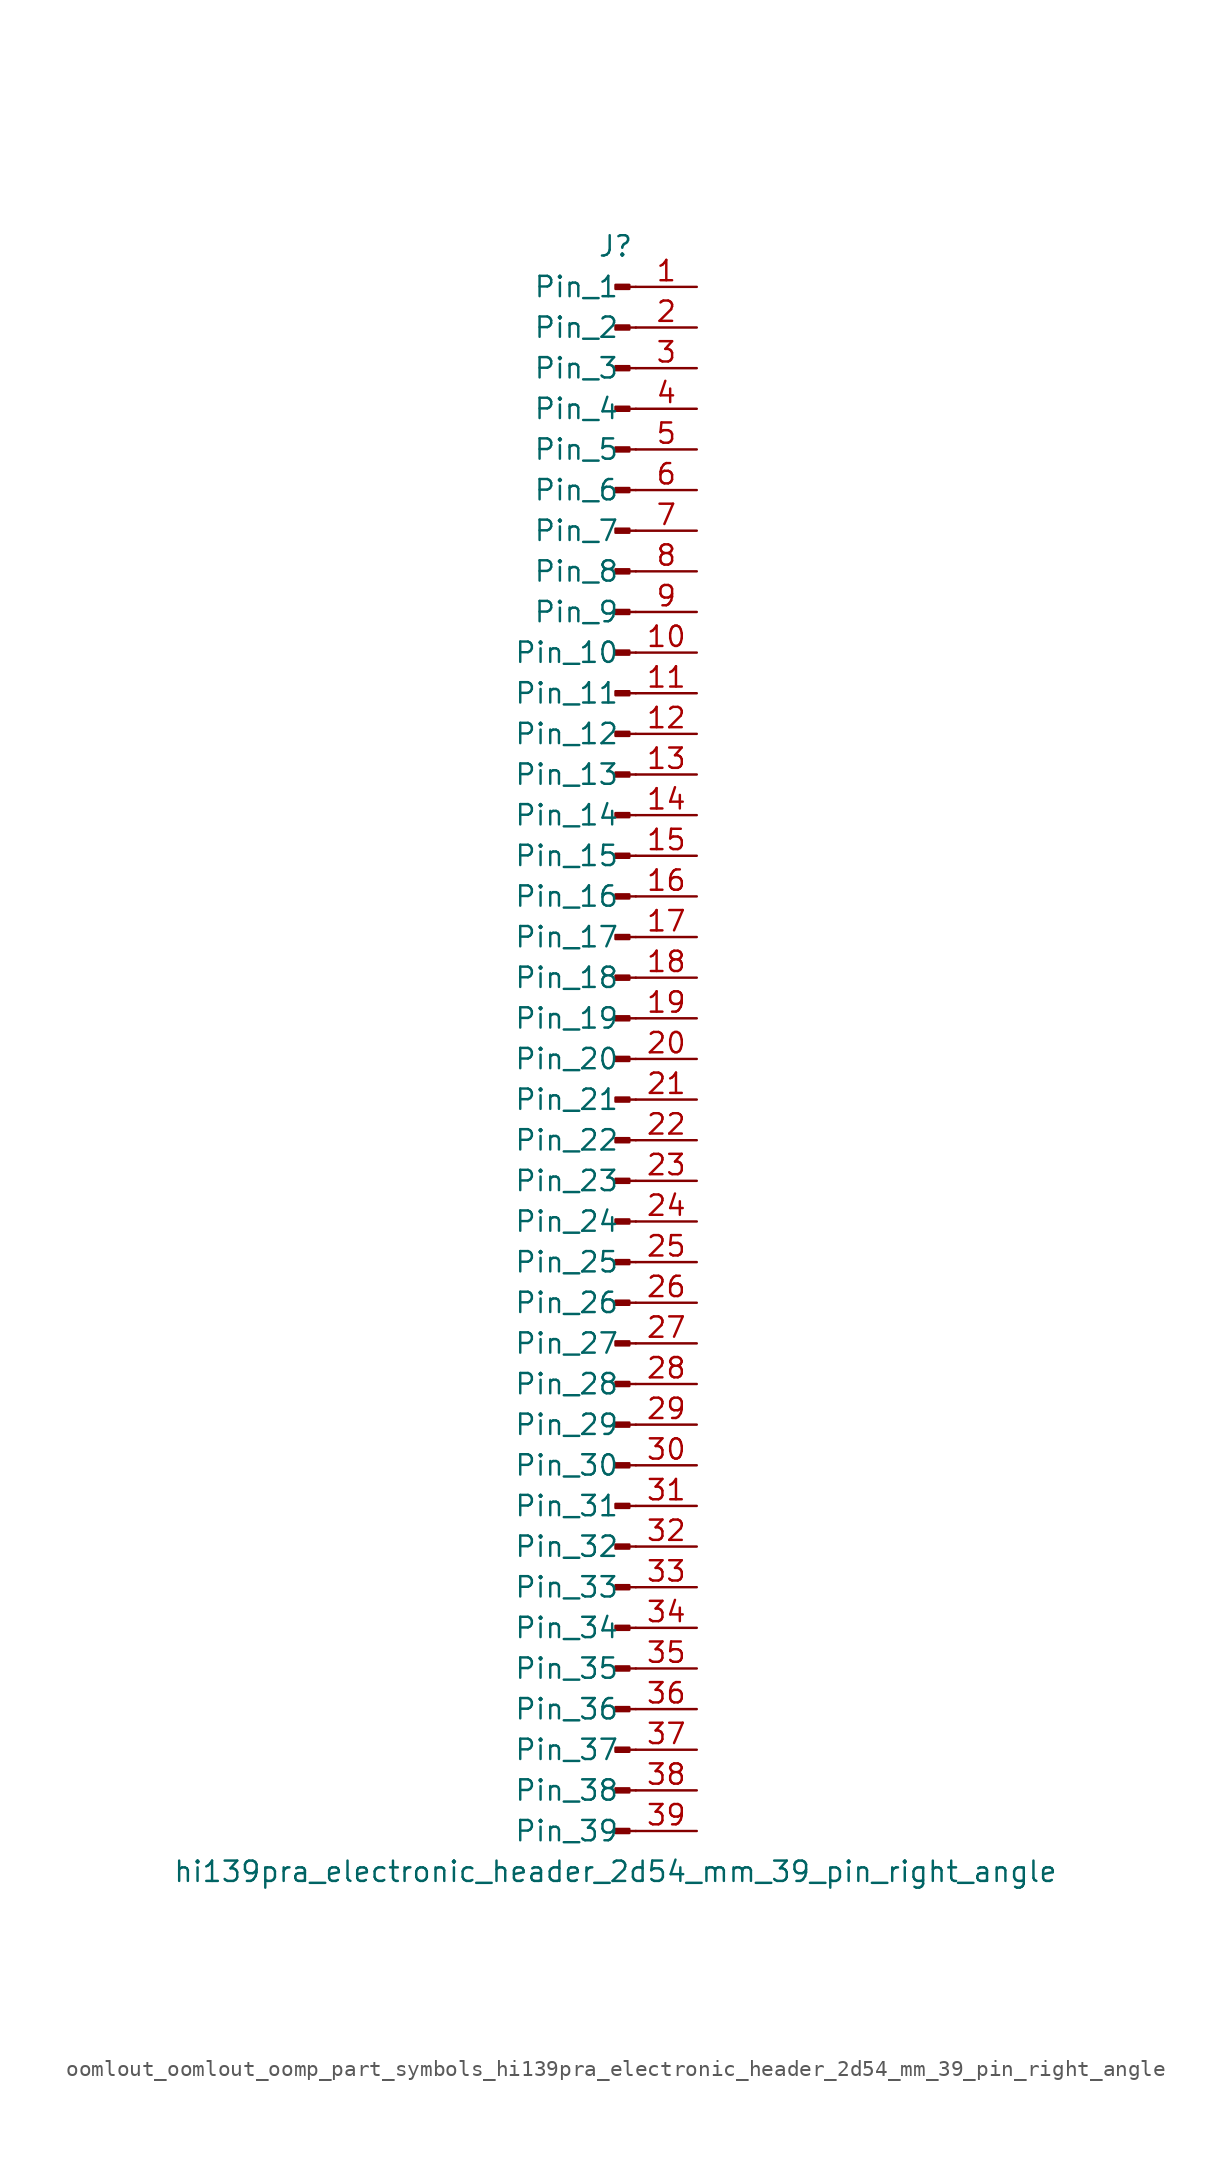
<source format=kicad_sym>
(kicad_symbol_lib
  (version 20220914)
  (generator kicad_symbol_editor)
  (symbol "oomlout_oomlout_oomp_part_symbols_hi139pra_electronic_header_2d54_mm_39_pin_right_angle"
    (pin_names
      (offset 1.016))
    (property "Reference" "J"
      (at 0 50.8 0)
      (effects (font (size 1.27 1.27))))
    (property "Value" "hi139pra_electronic_header_2d54_mm_39_pin_right_angle"
      (at 0 -50.8 0)
      (effects (font (size 1.27 1.27))))
    (property "ki_locked" ""
      (at 0 0 0)
      (effects (font (size 1.27 1.27))))
    (symbol "oomlout_oomlout_oomp_part_symbols_hi139pra_electronic_header_2d54_mm_39_pin_right_angle_1_1"
      (polyline (pts (xy 1.27 -48.26) (xy 0.864 -48.26)) (stroke (width 0.152) (type default)) (fill (type none)))
      (polyline (pts (xy 1.27 -45.72) (xy 0.864 -45.72)) (stroke (width 0.152) (type default)) (fill (type none)))
      (polyline (pts (xy 1.27 -43.18) (xy 0.864 -43.18)) (stroke (width 0.152) (type default)) (fill (type none)))
      (polyline (pts (xy 1.27 -40.64) (xy 0.864 -40.64)) (stroke (width 0.152) (type default)) (fill (type none)))
      (polyline (pts (xy 1.27 -38.1) (xy 0.864 -38.1)) (stroke (width 0.152) (type default)) (fill (type none)))
      (polyline (pts (xy 1.27 -35.56) (xy 0.864 -35.56)) (stroke (width 0.152) (type default)) (fill (type none)))
      (polyline (pts (xy 1.27 -33.02) (xy 0.864 -33.02)) (stroke (width 0.152) (type default)) (fill (type none)))
      (polyline (pts (xy 1.27 -30.48) (xy 0.864 -30.48)) (stroke (width 0.152) (type default)) (fill (type none)))
      (polyline (pts (xy 1.27 -27.94) (xy 0.864 -27.94)) (stroke (width 0.152) (type default)) (fill (type none)))
      (polyline (pts (xy 1.27 -25.4) (xy 0.864 -25.4)) (stroke (width 0.152) (type default)) (fill (type none)))
      (polyline (pts (xy 1.27 -22.86) (xy 0.864 -22.86)) (stroke (width 0.152) (type default)) (fill (type none)))
      (polyline (pts (xy 1.27 -20.32) (xy 0.864 -20.32)) (stroke (width 0.152) (type default)) (fill (type none)))
      (polyline (pts (xy 1.27 -17.78) (xy 0.864 -17.78)) (stroke (width 0.152) (type default)) (fill (type none)))
      (polyline (pts (xy 1.27 -15.24) (xy 0.864 -15.24)) (stroke (width 0.152) (type default)) (fill (type none)))
      (polyline (pts (xy 1.27 -12.7) (xy 0.864 -12.7)) (stroke (width 0.152) (type default)) (fill (type none)))
      (polyline (pts (xy 1.27 -10.16) (xy 0.864 -10.16)) (stroke (width 0.152) (type default)) (fill (type none)))
      (polyline (pts (xy 1.27 -7.62) (xy 0.864 -7.62)) (stroke (width 0.152) (type default)) (fill (type none)))
      (polyline (pts (xy 1.27 -5.08) (xy 0.864 -5.08)) (stroke (width 0.152) (type default)) (fill (type none)))
      (polyline (pts (xy 1.27 -2.54) (xy 0.864 -2.54)) (stroke (width 0.152) (type default)) (fill (type none)))
      (polyline (pts (xy 1.27 0) (xy 0.864 0)) (stroke (width 0.152) (type default)) (fill (type none)))
      (polyline (pts (xy 1.27 2.54) (xy 0.864 2.54)) (stroke (width 0.152) (type default)) (fill (type none)))
      (polyline (pts (xy 1.27 5.08) (xy 0.864 5.08)) (stroke (width 0.152) (type default)) (fill (type none)))
      (polyline (pts (xy 1.27 7.62) (xy 0.864 7.62)) (stroke (width 0.152) (type default)) (fill (type none)))
      (polyline (pts (xy 1.27 10.16) (xy 0.864 10.16)) (stroke (width 0.152) (type default)) (fill (type none)))
      (polyline (pts (xy 1.27 12.7) (xy 0.864 12.7)) (stroke (width 0.152) (type default)) (fill (type none)))
      (polyline (pts (xy 1.27 15.24) (xy 0.864 15.24)) (stroke (width 0.152) (type default)) (fill (type none)))
      (polyline (pts (xy 1.27 17.78) (xy 0.864 17.78)) (stroke (width 0.152) (type default)) (fill (type none)))
      (polyline (pts (xy 1.27 20.32) (xy 0.864 20.32)) (stroke (width 0.152) (type default)) (fill (type none)))
      (polyline (pts (xy 1.27 22.86) (xy 0.864 22.86)) (stroke (width 0.152) (type default)) (fill (type none)))
      (polyline (pts (xy 1.27 25.4) (xy 0.864 25.4)) (stroke (width 0.152) (type default)) (fill (type none)))
      (polyline (pts (xy 1.27 27.94) (xy 0.864 27.94)) (stroke (width 0.152) (type default)) (fill (type none)))
      (polyline (pts (xy 1.27 30.48) (xy 0.864 30.48)) (stroke (width 0.152) (type default)) (fill (type none)))
      (polyline (pts (xy 1.27 33.02) (xy 0.864 33.02)) (stroke (width 0.152) (type default)) (fill (type none)))
      (polyline (pts (xy 1.27 35.56) (xy 0.864 35.56)) (stroke (width 0.152) (type default)) (fill (type none)))
      (polyline (pts (xy 1.27 38.1) (xy 0.864 38.1)) (stroke (width 0.152) (type default)) (fill (type none)))
      (polyline (pts (xy 1.27 40.64) (xy 0.864 40.64)) (stroke (width 0.152) (type default)) (fill (type none)))
      (polyline (pts (xy 1.27 43.18) (xy 0.864 43.18)) (stroke (width 0.152) (type default)) (fill (type none)))
      (polyline (pts (xy 1.27 45.72) (xy 0.864 45.72)) (stroke (width 0.152) (type default)) (fill (type none)))
      (polyline (pts (xy 1.27 48.26) (xy 0.864 48.26)) (stroke (width 0.152) (type default)) (fill (type none)))
      (rectangle (start 0.864 -48.133) (end 0 -48.387) (stroke (width 0.152) (type default)) (fill (type outline)))
      (rectangle (start 0.864 -45.593) (end 0 -45.847) (stroke (width 0.152) (type default)) (fill (type outline)))
      (rectangle (start 0.864 -43.053) (end 0 -43.307) (stroke (width 0.152) (type default)) (fill (type outline)))
      (rectangle (start 0.864 -40.513) (end 0 -40.767) (stroke (width 0.152) (type default)) (fill (type outline)))
      (rectangle (start 0.864 -37.973) (end 0 -38.227) (stroke (width 0.152) (type default)) (fill (type outline)))
      (rectangle (start 0.864 -35.433) (end 0 -35.687) (stroke (width 0.152) (type default)) (fill (type outline)))
      (rectangle (start 0.864 -32.893) (end 0 -33.147) (stroke (width 0.152) (type default)) (fill (type outline)))
      (rectangle (start 0.864 -30.353) (end 0 -30.607) (stroke (width 0.152) (type default)) (fill (type outline)))
      (rectangle (start 0.864 -27.813) (end 0 -28.067) (stroke (width 0.152) (type default)) (fill (type outline)))
      (rectangle (start 0.864 -25.273) (end 0 -25.527) (stroke (width 0.152) (type default)) (fill (type outline)))
      (rectangle (start 0.864 -22.733) (end 0 -22.987) (stroke (width 0.152) (type default)) (fill (type outline)))
      (rectangle (start 0.864 -20.193) (end 0 -20.447) (stroke (width 0.152) (type default)) (fill (type outline)))
      (rectangle (start 0.864 -17.653) (end 0 -17.907) (stroke (width 0.152) (type default)) (fill (type outline)))
      (rectangle (start 0.864 -15.113) (end 0 -15.367) (stroke (width 0.152) (type default)) (fill (type outline)))
      (rectangle (start 0.864 -12.573) (end 0 -12.827) (stroke (width 0.152) (type default)) (fill (type outline)))
      (rectangle (start 0.864 -10.033) (end 0 -10.287) (stroke (width 0.152) (type default)) (fill (type outline)))
      (rectangle (start 0.864 -7.493) (end 0 -7.747) (stroke (width 0.152) (type default)) (fill (type outline)))
      (rectangle (start 0.864 -4.953) (end 0 -5.207) (stroke (width 0.152) (type default)) (fill (type outline)))
      (rectangle (start 0.864 -2.413) (end 0 -2.667) (stroke (width 0.152) (type default)) (fill (type outline)))
      (rectangle (start 0.864 0.127) (end 0 -0.127) (stroke (width 0.152) (type default)) (fill (type outline)))
      (rectangle (start 0.864 2.667) (end 0 2.413) (stroke (width 0.152) (type default)) (fill (type outline)))
      (rectangle (start 0.864 5.207) (end 0 4.953) (stroke (width 0.152) (type default)) (fill (type outline)))
      (rectangle (start 0.864 7.747) (end 0 7.493) (stroke (width 0.152) (type default)) (fill (type outline)))
      (rectangle (start 0.864 10.287) (end 0 10.033) (stroke (width 0.152) (type default)) (fill (type outline)))
      (rectangle (start 0.864 12.827) (end 0 12.573) (stroke (width 0.152) (type default)) (fill (type outline)))
      (rectangle (start 0.864 15.367) (end 0 15.113) (stroke (width 0.152) (type default)) (fill (type outline)))
      (rectangle (start 0.864 17.907) (end 0 17.653) (stroke (width 0.152) (type default)) (fill (type outline)))
      (rectangle (start 0.864 20.447) (end 0 20.193) (stroke (width 0.152) (type default)) (fill (type outline)))
      (rectangle (start 0.864 22.987) (end 0 22.733) (stroke (width 0.152) (type default)) (fill (type outline)))
      (rectangle (start 0.864 25.527) (end 0 25.273) (stroke (width 0.152) (type default)) (fill (type outline)))
      (rectangle (start 0.864 28.067) (end 0 27.813) (stroke (width 0.152) (type default)) (fill (type outline)))
      (rectangle (start 0.864 30.607) (end 0 30.353) (stroke (width 0.152) (type default)) (fill (type outline)))
      (rectangle (start 0.864 33.147) (end 0 32.893) (stroke (width 0.152) (type default)) (fill (type outline)))
      (rectangle (start 0.864 35.687) (end 0 35.433) (stroke (width 0.152) (type default)) (fill (type outline)))
      (rectangle (start 0.864 38.227) (end 0 37.973) (stroke (width 0.152) (type default)) (fill (type outline)))
      (rectangle (start 0.864 40.767) (end 0 40.513) (stroke (width 0.152) (type default)) (fill (type outline)))
      (rectangle (start 0.864 43.307) (end 0 43.053) (stroke (width 0.152) (type default)) (fill (type outline)))
      (rectangle (start 0.864 45.847) (end 0 45.593) (stroke (width 0.152) (type default)) (fill (type outline)))
      (rectangle (start 0.864 48.387) (end 0 48.133) (stroke (width 0.152) (type default)) (fill (type outline)))
      (pin passive line (at 5.08 48.26 180) (length 3.81) (name "Pin_1" (effects (font (size 1.27 1.27)))) (number "1" (effects (font (size 1.27 1.27)))))
      (pin passive line (at 5.08 25.4 180) (length 3.81) (name "Pin_10" (effects (font (size 1.27 1.27)))) (number "10" (effects (font (size 1.27 1.27)))))
      (pin passive line (at 5.08 22.86 180) (length 3.81) (name "Pin_11" (effects (font (size 1.27 1.27)))) (number "11" (effects (font (size 1.27 1.27)))))
      (pin passive line (at 5.08 20.32 180) (length 3.81) (name "Pin_12" (effects (font (size 1.27 1.27)))) (number "12" (effects (font (size 1.27 1.27)))))
      (pin passive line (at 5.08 17.78 180) (length 3.81) (name "Pin_13" (effects (font (size 1.27 1.27)))) (number "13" (effects (font (size 1.27 1.27)))))
      (pin passive line (at 5.08 15.24 180) (length 3.81) (name "Pin_14" (effects (font (size 1.27 1.27)))) (number "14" (effects (font (size 1.27 1.27)))))
      (pin passive line (at 5.08 12.7 180) (length 3.81) (name "Pin_15" (effects (font (size 1.27 1.27)))) (number "15" (effects (font (size 1.27 1.27)))))
      (pin passive line (at 5.08 10.16 180) (length 3.81) (name "Pin_16" (effects (font (size 1.27 1.27)))) (number "16" (effects (font (size 1.27 1.27)))))
      (pin passive line (at 5.08 7.62 180) (length 3.81) (name "Pin_17" (effects (font (size 1.27 1.27)))) (number "17" (effects (font (size 1.27 1.27)))))
      (pin passive line (at 5.08 5.08 180) (length 3.81) (name "Pin_18" (effects (font (size 1.27 1.27)))) (number "18" (effects (font (size 1.27 1.27)))))
      (pin passive line (at 5.08 2.54 180) (length 3.81) (name "Pin_19" (effects (font (size 1.27 1.27)))) (number "19" (effects (font (size 1.27 1.27)))))
      (pin passive line (at 5.08 45.72 180) (length 3.81) (name "Pin_2" (effects (font (size 1.27 1.27)))) (number "2" (effects (font (size 1.27 1.27)))))
      (pin passive line (at 5.08 0 180) (length 3.81) (name "Pin_20" (effects (font (size 1.27 1.27)))) (number "20" (effects (font (size 1.27 1.27)))))
      (pin passive line (at 5.08 -2.54 180) (length 3.81) (name "Pin_21" (effects (font (size 1.27 1.27)))) (number "21" (effects (font (size 1.27 1.27)))))
      (pin passive line (at 5.08 -5.08 180) (length 3.81) (name "Pin_22" (effects (font (size 1.27 1.27)))) (number "22" (effects (font (size 1.27 1.27)))))
      (pin passive line (at 5.08 -7.62 180) (length 3.81) (name "Pin_23" (effects (font (size 1.27 1.27)))) (number "23" (effects (font (size 1.27 1.27)))))
      (pin passive line (at 5.08 -10.16 180) (length 3.81) (name "Pin_24" (effects (font (size 1.27 1.27)))) (number "24" (effects (font (size 1.27 1.27)))))
      (pin passive line (at 5.08 -12.7 180) (length 3.81) (name "Pin_25" (effects (font (size 1.27 1.27)))) (number "25" (effects (font (size 1.27 1.27)))))
      (pin passive line (at 5.08 -15.24 180) (length 3.81) (name "Pin_26" (effects (font (size 1.27 1.27)))) (number "26" (effects (font (size 1.27 1.27)))))
      (pin passive line (at 5.08 -17.78 180) (length 3.81) (name "Pin_27" (effects (font (size 1.27 1.27)))) (number "27" (effects (font (size 1.27 1.27)))))
      (pin passive line (at 5.08 -20.32 180) (length 3.81) (name "Pin_28" (effects (font (size 1.27 1.27)))) (number "28" (effects (font (size 1.27 1.27)))))
      (pin passive line (at 5.08 -22.86 180) (length 3.81) (name "Pin_29" (effects (font (size 1.27 1.27)))) (number "29" (effects (font (size 1.27 1.27)))))
      (pin passive line (at 5.08 43.18 180) (length 3.81) (name "Pin_3" (effects (font (size 1.27 1.27)))) (number "3" (effects (font (size 1.27 1.27)))))
      (pin passive line (at 5.08 -25.4 180) (length 3.81) (name "Pin_30" (effects (font (size 1.27 1.27)))) (number "30" (effects (font (size 1.27 1.27)))))
      (pin passive line (at 5.08 -27.94 180) (length 3.81) (name "Pin_31" (effects (font (size 1.27 1.27)))) (number "31" (effects (font (size 1.27 1.27)))))
      (pin passive line (at 5.08 -30.48 180) (length 3.81) (name "Pin_32" (effects (font (size 1.27 1.27)))) (number "32" (effects (font (size 1.27 1.27)))))
      (pin passive line (at 5.08 -33.02 180) (length 3.81) (name "Pin_33" (effects (font (size 1.27 1.27)))) (number "33" (effects (font (size 1.27 1.27)))))
      (pin passive line (at 5.08 -35.56 180) (length 3.81) (name "Pin_34" (effects (font (size 1.27 1.27)))) (number "34" (effects (font (size 1.27 1.27)))))
      (pin passive line (at 5.08 -38.1 180) (length 3.81) (name "Pin_35" (effects (font (size 1.27 1.27)))) (number "35" (effects (font (size 1.27 1.27)))))
      (pin passive line (at 5.08 -40.64 180) (length 3.81) (name "Pin_36" (effects (font (size 1.27 1.27)))) (number "36" (effects (font (size 1.27 1.27)))))
      (pin passive line (at 5.08 -43.18 180) (length 3.81) (name "Pin_37" (effects (font (size 1.27 1.27)))) (number "37" (effects (font (size 1.27 1.27)))))
      (pin passive line (at 5.08 -45.72 180) (length 3.81) (name "Pin_38" (effects (font (size 1.27 1.27)))) (number "38" (effects (font (size 1.27 1.27)))))
      (pin passive line (at 5.08 -48.26 180) (length 3.81) (name "Pin_39" (effects (font (size 1.27 1.27)))) (number "39" (effects (font (size 1.27 1.27)))))
      (pin passive line (at 5.08 40.64 180) (length 3.81) (name "Pin_4" (effects (font (size 1.27 1.27)))) (number "4" (effects (font (size 1.27 1.27)))))
      (pin passive line (at 5.08 38.1 180) (length 3.81) (name "Pin_5" (effects (font (size 1.27 1.27)))) (number "5" (effects (font (size 1.27 1.27)))))
      (pin passive line (at 5.08 35.56 180) (length 3.81) (name "Pin_6" (effects (font (size 1.27 1.27)))) (number "6" (effects (font (size 1.27 1.27)))))
      (pin passive line (at 5.08 33.02 180) (length 3.81) (name "Pin_7" (effects (font (size 1.27 1.27)))) (number "7" (effects (font (size 1.27 1.27)))))
      (pin passive line (at 5.08 30.48 180) (length 3.81) (name "Pin_8" (effects (font (size 1.27 1.27)))) (number "8" (effects (font (size 1.27 1.27)))))
      (pin passive line (at 5.08 27.94 180) (length 3.81) (name "Pin_9" (effects (font (size 1.27 1.27)))) (number "9" (effects (font (size 1.27 1.27))))))))
</source>
